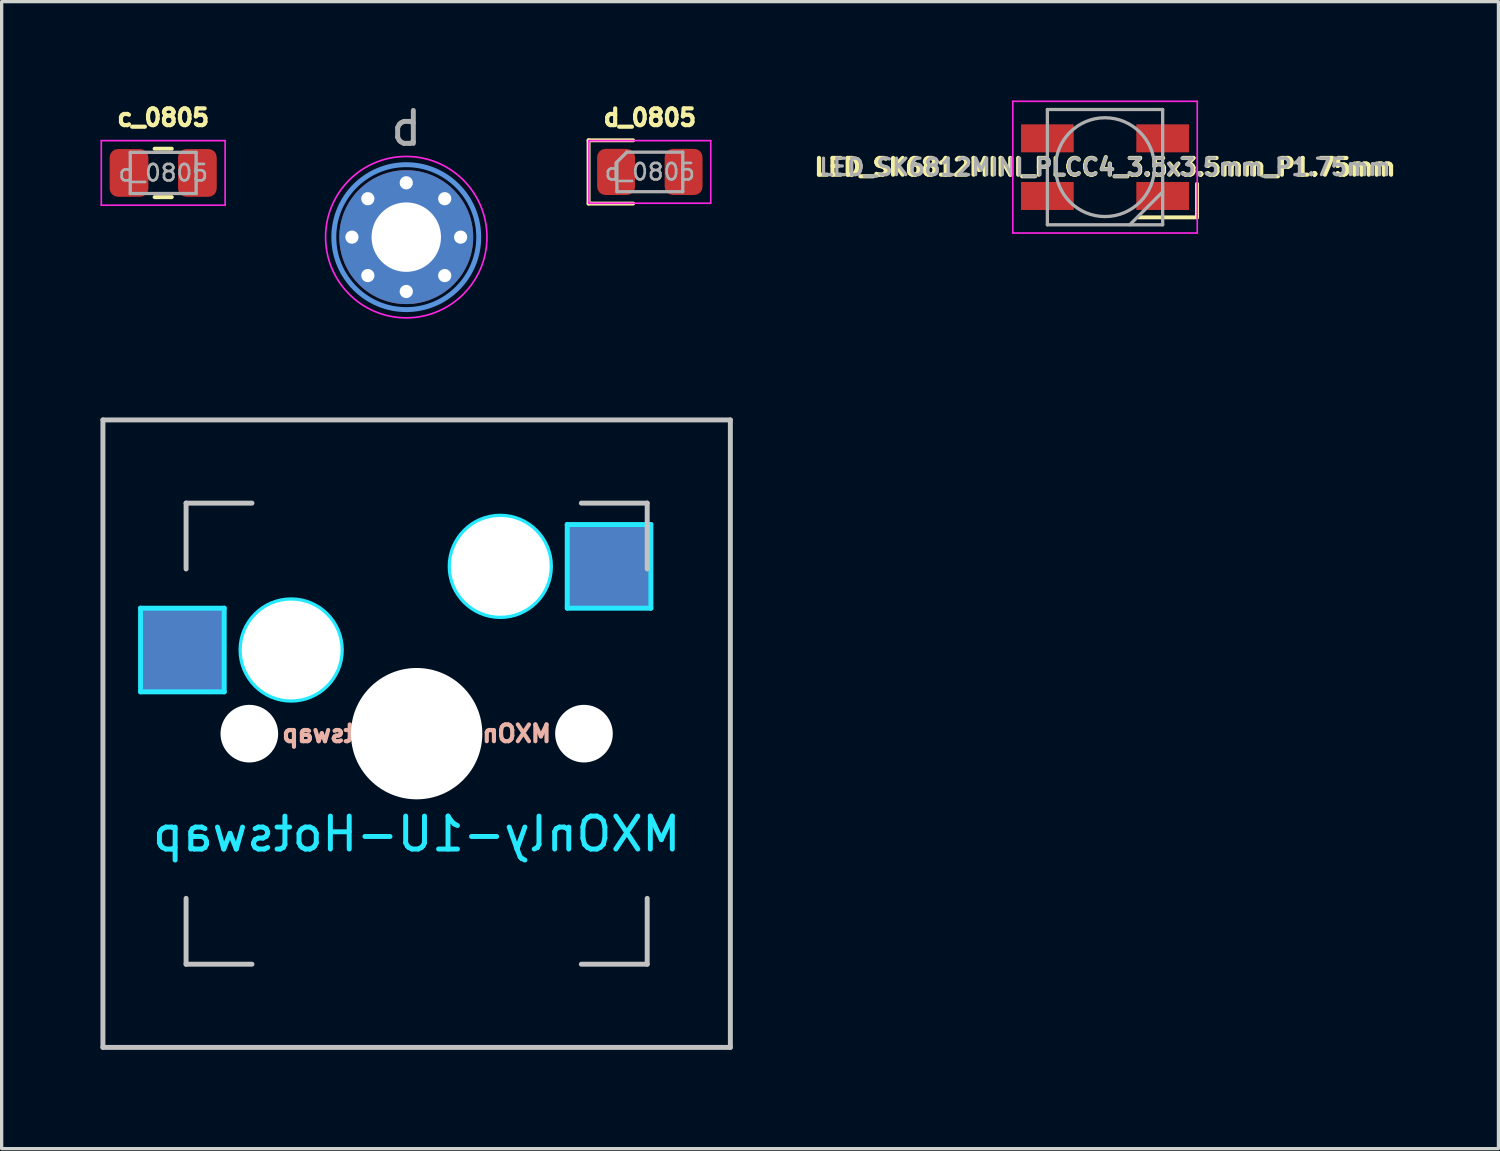
<source format=kicad_pcb>
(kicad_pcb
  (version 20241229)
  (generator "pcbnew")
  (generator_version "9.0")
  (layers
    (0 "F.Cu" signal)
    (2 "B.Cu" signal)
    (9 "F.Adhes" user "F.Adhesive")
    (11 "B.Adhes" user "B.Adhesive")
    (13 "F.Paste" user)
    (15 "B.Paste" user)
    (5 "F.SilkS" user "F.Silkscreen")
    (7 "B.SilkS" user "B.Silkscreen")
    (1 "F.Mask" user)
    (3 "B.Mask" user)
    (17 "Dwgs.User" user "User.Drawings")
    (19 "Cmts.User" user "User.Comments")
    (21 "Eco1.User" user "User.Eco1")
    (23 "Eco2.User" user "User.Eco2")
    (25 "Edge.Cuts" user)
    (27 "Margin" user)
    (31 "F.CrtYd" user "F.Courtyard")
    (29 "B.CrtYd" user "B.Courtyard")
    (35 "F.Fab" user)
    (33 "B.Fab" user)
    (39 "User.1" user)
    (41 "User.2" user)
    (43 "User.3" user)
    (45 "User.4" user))
  (footprint "c_0805"
    (layer "F.Cu")
    (at 1.905 2.2)
    (property "Reference" "c_0805" (at 0 -1.68 0) (layer "F.SilkS") (effects (font (size 0.508 0.508) (thickness 0.127))))
    (attr smd)
    (fp_line (start -0.261 -0.735) (end 0.261 -0.735) (stroke (width 0.12) (type solid)) (layer "F.SilkS"))
    (fp_line (start -0.261 0.735) (end 0.261 0.735) (stroke (width 0.12) (type solid)) (layer "F.SilkS"))
    (fp_line (start -1.88 -0.98) (end 1.88 -0.98) (stroke (width 0.05) (type solid)) (layer "F.CrtYd"))
    (fp_line (start -1.88 0.98) (end -1.88 -0.98) (stroke (width 0.05) (type solid)) (layer "F.CrtYd"))
    (fp_line (start 1.88 -0.98) (end 1.88 0.98) (stroke (width 0.05) (type solid)) (layer "F.CrtYd"))
    (fp_line (start 1.88 0.98) (end -1.88 0.98) (stroke (width 0.05) (type solid)) (layer "F.CrtYd"))
    (fp_line (start -1 -0.625) (end 1 -0.625) (stroke (width 0.1) (type solid)) (layer "F.Fab"))
    (fp_line (start -1 0.625) (end -1 -0.625) (stroke (width 0.1) (type solid)) (layer "F.Fab"))
    (fp_line (start 1 -0.625) (end 1 0.625) (stroke (width 0.1) (type solid)) (layer "F.Fab"))
    (fp_line (start 1 0.625) (end -1 0.625) (stroke (width 0.1) (type solid)) (layer "F.Fab"))
    (fp_text user "${REFERENCE}" (at 0 0 0) (layer "F.Fab") (effects (font (size 0.5 0.5) (thickness 0.08))))
    (pad "1" smd roundrect (at -1.038 0) (size 1.175 1.45) (layers "F.Cu" "F.Mask" "F.Paste") (roundrect_rratio 0.213))
    (pad "2" smd roundrect (at 1.038 0) (size 1.175 1.45) (layers "F.Cu" "F.Mask" "F.Paste") (roundrect_rratio 0.213)))
  (footprint "d_0805"
    (layer "F.Cu")
    (at 16.68 2.17)
    (property "Reference" "d_0805" (at 0 -1.65 0) (layer "F.SilkS") (effects (font (size 0.508 0.508) (thickness 0.127))))
    (attr smd)
    (fp_line (start -1.86 -0.96) (end -1.86 0.96) (stroke (width 0.12) (type solid)) (layer "F.SilkS"))
    (fp_line (start -1.86 0.96) (end -0.508 0.96) (stroke (width 0.12) (type solid)) (layer "F.SilkS"))
    (fp_line (start -0.508 -0.96) (end -1.86 -0.96) (stroke (width 0.12) (type solid)) (layer "F.SilkS"))
    (fp_line (start -1.85 -0.95) (end 1.85 -0.95) (stroke (width 0.05) (type solid)) (layer "F.CrtYd"))
    (fp_line (start -1.85 0.95) (end -1.85 -0.95) (stroke (width 0.05) (type solid)) (layer "F.CrtYd"))
    (fp_line (start 1.85 -0.95) (end 1.85 0.95) (stroke (width 0.05) (type solid)) (layer "F.CrtYd"))
    (fp_line (start 1.85 0.95) (end -1.85 0.95) (stroke (width 0.05) (type solid)) (layer "F.CrtYd"))
    (fp_line (start -1 -0.3) (end -1 0.6) (stroke (width 0.1) (type solid)) (layer "F.Fab"))
    (fp_line (start -1 0.6) (end 1 0.6) (stroke (width 0.1) (type solid)) (layer "F.Fab"))
    (fp_line (start -0.7 -0.6) (end -1 -0.3) (stroke (width 0.1) (type solid)) (layer "F.Fab"))
    (fp_line (start 1 -0.6) (end -0.7 -0.6) (stroke (width 0.1) (type solid)) (layer "F.Fab"))
    (fp_line (start 1 0.6) (end 1 -0.6) (stroke (width 0.1) (type solid)) (layer "F.Fab"))
    (fp_text user "${REFERENCE}" (at 0 0 0) (layer "F.Fab") (effects (font (size 0.5 0.5) (thickness 0.08))))
    (pad "1" smd roundrect (at -1.025 0) (size 1.15 1.4) (layers "F.Cu" "F.Mask" "F.Paste") (roundrect_rratio 0.217))
    (pad "2" smd roundrect (at 1.025 0) (size 1.15 1.4) (layers "F.Cu" "F.Mask" "F.Paste") (roundrect_rratio 0.217)))
  (footprint "LED_SK6812MINI_PLCC4_3.5x3.5mm_P1.75mm"
    (layer "F.Cu")
    (at 30.5 2.025)
    (property "Reference" "LED_SK6812MINI_PLCC4_3.5x3.5mm_P1.75mm" (at 0 0 0) (layer "F.SilkS") (effects (font (size 0.508 0.508) (thickness 0.127))))
    (attr smd)
    (fp_line (start 1.016 1.524) (end 2.794 1.524) (stroke (width 0.12) (type solid)) (layer "F.SilkS"))
    (fp_line (start 2.794 1.524) (end 2.794 0.508) (stroke (width 0.12) (type solid)) (layer "F.SilkS"))
    (fp_line (start -2.8 -2) (end -2.8 2) (stroke (width 0.05) (type solid)) (layer "F.CrtYd"))
    (fp_line (start -2.8 2) (end 2.8 2) (stroke (width 0.05) (type solid)) (layer "F.CrtYd"))
    (fp_line (start 2.8 -2) (end -2.8 -2) (stroke (width 0.05) (type solid)) (layer "F.CrtYd"))
    (fp_line (start 2.8 2) (end 2.8 -2) (stroke (width 0.05) (type solid)) (layer "F.CrtYd"))
    (fp_line (start -1.75 -1.75) (end -1.75 1.75) (stroke (width 0.1) (type solid)) (layer "F.Fab"))
    (fp_line (start -1.75 1.75) (end 1.75 1.75) (stroke (width 0.1) (type solid)) (layer "F.Fab"))
    (fp_line (start 1.75 -1.75) (end -1.75 -1.75) (stroke (width 0.1) (type solid)) (layer "F.Fab"))
    (fp_line (start 1.75 0.75) (end 0.75 1.75) (stroke (width 0.1) (type solid)) (layer "F.Fab"))
    (fp_line (start 1.75 1.75) (end 1.75 -1.75) (stroke (width 0.1) (type solid)) (layer "F.Fab"))
    (fp_circle (center 0 0) (end 0 -1.5) (stroke (width 0.1) (type solid)) (fill no) (layer "F.Fab"))
    (fp_text user "${REFERENCE}" (at 0 0 0) (layer "F.Fab") (effects (font (size 0.5 0.5) (thickness 0.1))))
    (pad "1" smd rect (at -1.75 -0.875) (size 1.6 0.85) (layers "F.Cu" "F.Mask" "F.Paste"))
    (pad "2" smd rect (at -1.75 0.875) (size 1.6 0.85) (layers "F.Cu" "F.Mask" "F.Paste"))
    (pad "3" smd rect (at 1.75 0.875) (size 1.6 0.85) (layers "F.Cu" "F.Mask" "F.Paste"))
    (pad "4" smd rect (at 1.75 -0.875) (size 1.6 0.85) (layers "F.Cu" "F.Mask" "F.Paste")))
  (footprint "MXOnly-1U-Hotswap"
    (layer "F.Cu")
    (at 9.6 19.225)
    (property "Reference" "MXOnly-1U-Hotswap" (at 0 3.048 0) (layer "B.CrtYd") (effects (font (size 1 1) (thickness 0.15)) (justify mirror)))
    (attr smd)
    (fp_line (start -9.525 -9.525) (end 9.525 -9.525) (stroke (width 0.15) (type solid)) (layer "Dwgs.User"))
    (fp_line (start -9.525 9.525) (end -9.525 -9.525) (stroke (width 0.15) (type solid)) (layer "Dwgs.User"))
    (fp_line (start -7 -7) (end -7 -5) (stroke (width 0.15) (type solid)) (layer "Dwgs.User"))
    (fp_line (start -7 5) (end -7 7) (stroke (width 0.15) (type solid)) (layer "Dwgs.User"))
    (fp_line (start -7 7) (end -5 7) (stroke (width 0.15) (type solid)) (layer "Dwgs.User"))
    (fp_line (start -5 -7) (end -7 -7) (stroke (width 0.15) (type solid)) (layer "Dwgs.User"))
    (fp_line (start 5 -7) (end 7 -7) (stroke (width 0.15) (type solid)) (layer "Dwgs.User"))
    (fp_line (start 5 7) (end 7 7) (stroke (width 0.15) (type solid)) (layer "Dwgs.User"))
    (fp_line (start 7 -7) (end 7 -5) (stroke (width 0.15) (type solid)) (layer "Dwgs.User"))
    (fp_line (start 7 7) (end 7 5) (stroke (width 0.15) (type solid)) (layer "Dwgs.User"))
    (fp_line (start 9.525 -9.525) (end 9.525 9.525) (stroke (width 0.15) (type solid)) (layer "Dwgs.User"))
    (fp_line (start 9.525 9.525) (end -9.525 9.525) (stroke (width 0.15) (type solid)) (layer "Dwgs.User"))
    (fp_line (start -8.382 -3.81) (end -8.382 -1.27) (stroke (width 0.15) (type solid)) (layer "B.CrtYd"))
    (fp_line (start -8.382 -1.27) (end -5.842 -1.27) (stroke (width 0.15) (type solid)) (layer "B.CrtYd"))
    (fp_line (start -5.842 -3.81) (end -8.382 -3.81) (stroke (width 0.15) (type solid)) (layer "B.CrtYd"))
    (fp_line (start -5.842 -1.27) (end -5.842 -3.81) (stroke (width 0.15) (type solid)) (layer "B.CrtYd"))
    (fp_line (start 4.572 -6.35) (end 7.112 -6.35) (stroke (width 0.15) (type solid)) (layer "B.CrtYd"))
    (fp_line (start 4.572 -3.81) (end 4.572 -6.35) (stroke (width 0.15) (type solid)) (layer "B.CrtYd"))
    (fp_line (start 7.112 -6.35) (end 7.112 -3.81) (stroke (width 0.15) (type solid)) (layer "B.CrtYd"))
    (fp_line (start 7.112 -3.81) (end 4.572 -3.81) (stroke (width 0.15) (type solid)) (layer "B.CrtYd"))
    (fp_circle (center -3.81 -2.54) (end -3.81 -4.064) (stroke (width 0.15) (type solid)) (fill no) (layer "B.CrtYd"))
    (fp_circle (center 2.54 -5.08) (end 2.54 -6.604) (stroke (width 0.15) (type solid)) (fill no) (layer "B.CrtYd"))
    (fp_text user "${REFERENCE}" (at 0 0 0) (layer "B.SilkS") (effects (font (size 0.508 0.508) (thickness 0.127)) (justify mirror)))
    (pad "" np_thru_hole circle (at -5.08 0 48.1) (size 1.75 1.75) (drill 1.75) (layers "*.Cu" "*.Mask"))
    (pad "" np_thru_hole circle (at -3.81 -2.54) (size 3 3) (drill 3) (layers "*.Cu" "*.Mask"))
    (pad "" np_thru_hole circle (at 0 0) (size 3.988 3.988) (drill 3.988) (layers "*.Cu" "*.Mask"))
    (pad "" np_thru_hole circle (at 2.54 -5.08) (size 3 3) (drill 3) (layers "*.Cu" "*.Mask"))
    (pad "" np_thru_hole circle (at 5.08 0 48.1) (size 1.75 1.75) (drill 1.75) (layers "*.Cu" "*.Mask"))
    (pad "1" smd rect (at -7.085 -2.54) (size 2.55 2.5) (layers "B.Cu" "B.Mask" "B.Paste"))
    (pad "2" smd rect (at 5.842 -5.08) (size 2.55 2.5) (layers "B.Cu" "B.Mask" "B.Paste")))
  (footprint "d"
    (layer "F.Cu")
    (at 9.285 4.15)
    (property "Reference" "d" (at 0 0 0) (layer "F.SilkS") (effects (font (size 0.508 0.508) (thickness 0.127))))
    (attr exclude_from_pos_files exclude_from_bom)
    (fp_circle (center 0 0) (end 2.2 0) (stroke (width 0.15) (type solid)) (fill no) (layer "Cmts.User"))
    (fp_circle (center 0 0) (end 2.45 0) (stroke (width 0.05) (type solid)) (fill no) (layer "F.CrtYd"))
    (fp_text user "${REFERENCE}" (at 0 -3.302 0) (layer "F.Fab") (effects (font (size 1 1) (thickness 0.15))))
    (pad "1" thru_hole circle (at -1.65 0) (size 0.7 0.7) (drill 0.4) (layers "*.Cu" "*.Mask"))
    (pad "1" thru_hole circle (at -1.167 -1.167) (size 0.7 0.7) (drill 0.4) (layers "*.Cu" "*.Mask"))
    (pad "1" thru_hole circle (at -1.167 1.167) (size 0.7 0.7) (drill 0.4) (layers "*.Cu" "*.Mask"))
    (pad "1" thru_hole circle (at 0 -1.65) (size 0.7 0.7) (drill 0.4) (layers "*.Cu" "*.Mask"))
    (pad "1" thru_hole circle (at 0 0) (size 4.064 4.064) (drill 2.108) (layers "*.Cu" "*.Mask"))
    (pad "1" thru_hole circle (at 0 1.65) (size 0.7 0.7) (drill 0.4) (layers "*.Cu" "*.Mask"))
    (pad "1" thru_hole circle (at 1.167 -1.167) (size 0.7 0.7) (drill 0.4) (layers "*.Cu" "*.Mask"))
    (pad "1" thru_hole circle (at 1.167 1.167) (size 0.7 0.7) (drill 0.4) (layers "*.Cu" "*.Mask"))
    (pad "1" thru_hole circle (at 1.65 0) (size 0.7 0.7) (drill 0.4) (layers "*.Cu" "*.Mask")))
  (gr_rect
    (start -3 -3)
    (end 42.445 31.825)
    (stroke (width 0.1) (type default))
    (fill no)
    (layer "Edge.Cuts")))
</source>
